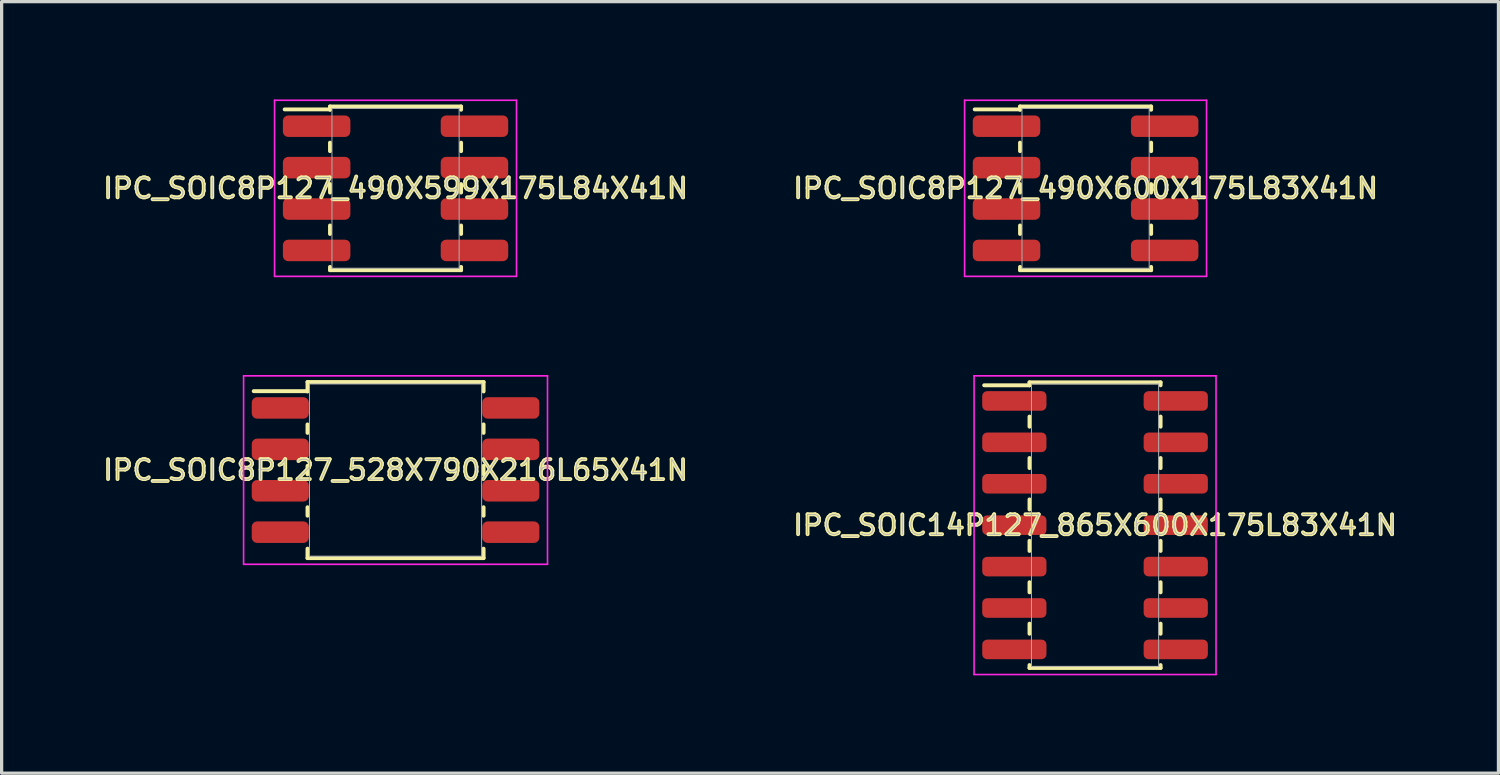
<source format=kicad_pcb>
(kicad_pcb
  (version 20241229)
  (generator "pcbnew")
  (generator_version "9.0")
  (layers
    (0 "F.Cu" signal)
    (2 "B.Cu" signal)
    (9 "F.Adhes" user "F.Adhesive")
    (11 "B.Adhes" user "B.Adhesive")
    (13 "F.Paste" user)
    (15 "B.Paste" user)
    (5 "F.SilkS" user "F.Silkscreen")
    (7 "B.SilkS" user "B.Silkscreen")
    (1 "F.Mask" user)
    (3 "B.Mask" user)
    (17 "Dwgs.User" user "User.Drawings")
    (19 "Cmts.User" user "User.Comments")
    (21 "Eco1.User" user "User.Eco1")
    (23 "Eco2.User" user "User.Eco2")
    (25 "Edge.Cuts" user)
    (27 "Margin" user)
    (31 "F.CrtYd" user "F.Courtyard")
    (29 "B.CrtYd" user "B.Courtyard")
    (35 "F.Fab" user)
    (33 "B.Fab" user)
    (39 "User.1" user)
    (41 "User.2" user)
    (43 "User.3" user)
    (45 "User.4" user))
  (footprint "IPC_SOIC8P127_528X790X216L65X41N"
    (layer "F.Cu")
    (at 9.08 11.365)
    (property "Reference" "IPC_SOIC8P127_528X790X216L65X41N" (at 0 0 0) (layer "F.SilkS") (effects (font (size 0.61 0.61) (thickness 0.12))))
    (attr smd)
    (fp_line (start -4.35 -2.42) (end -2.7 -2.42) (stroke (width 0.12) (type solid)) (layer "F.SilkS"))
    (fp_line (start -2.7 -2.7) (end 2.7 -2.7) (stroke (width 0.12) (type solid)) (layer "F.SilkS"))
    (fp_line (start -2.7 -2.42) (end -2.7 -2.7) (stroke (width 0.12) (type solid)) (layer "F.SilkS"))
    (fp_line (start -2.7 -2.41) (end -2.7 -2.42) (stroke (width 0.12) (type solid)) (layer "F.SilkS"))
    (fp_line (start -2.7 -1.14) (end -2.7 -1.4) (stroke (width 0.12) (type solid)) (layer "F.SilkS"))
    (fp_line (start -2.7 0.13) (end -2.7 -0.13) (stroke (width 0.12) (type solid)) (layer "F.SilkS"))
    (fp_line (start -2.7 1.4) (end -2.7 1.14) (stroke (width 0.12) (type solid)) (layer "F.SilkS"))
    (fp_line (start -2.7 2.7) (end -2.7 2.41) (stroke (width 0.12) (type solid)) (layer "F.SilkS"))
    (fp_line (start 2.7 -2.7) (end 2.7 -2.41) (stroke (width 0.12) (type solid)) (layer "F.SilkS"))
    (fp_line (start 2.7 -1.4) (end 2.7 -1.14) (stroke (width 0.12) (type solid)) (layer "F.SilkS"))
    (fp_line (start 2.7 -0.13) (end 2.7 0.13) (stroke (width 0.12) (type solid)) (layer "F.SilkS"))
    (fp_line (start 2.7 1.14) (end 2.7 1.4) (stroke (width 0.12) (type solid)) (layer "F.SilkS"))
    (fp_line (start 2.7 2.41) (end 2.7 2.7) (stroke (width 0.12) (type solid)) (layer "F.SilkS"))
    (fp_line (start 2.7 2.7) (end -2.7 2.7) (stroke (width 0.12) (type solid)) (layer "F.SilkS"))
    (fp_line (start -4.66 -2.89) (end 4.66 -2.89) (stroke (width 0.05) (type solid)) (layer "F.CrtYd"))
    (fp_line (start -4.66 2.89) (end -4.66 -2.89) (stroke (width 0.05) (type solid)) (layer "F.CrtYd"))
    (fp_line (start 4.66 -2.89) (end 4.66 2.89) (stroke (width 0.05) (type solid)) (layer "F.CrtYd"))
    (fp_line (start 4.66 2.89) (end -4.66 2.89) (stroke (width 0.05) (type solid)) (layer "F.CrtYd"))
    (fp_line (start -2.64 -2.64) (end 2.64 -2.64) (stroke (width 0.03) (type solid)) (layer "F.Fab"))
    (fp_line (start -2.64 2.64) (end -2.64 -2.64) (stroke (width 0.03) (type solid)) (layer "F.Fab"))
    (fp_line (start 2.64 -2.64) (end 2.64 2.64) (stroke (width 0.03) (type solid)) (layer "F.Fab"))
    (fp_line (start 2.64 2.64) (end -2.64 2.64) (stroke (width 0.03) (type solid)) (layer "F.Fab"))
    (fp_text user "${REFERENCE}" (at 0 0 0) (layer "F.Fab") (effects (font (size 0.61 0.61) (thickness 0.025))))
    (pad "1" smd roundrect (at -3.535 -1.905 270) (size 0.66 1.75) (layers "F.Cu" "F.Mask" "F.Paste") (roundrect_rratio 0.25))
    (pad "2" smd roundrect (at -3.535 -0.635 270) (size 0.66 1.75) (layers "F.Cu" "F.Mask" "F.Paste") (roundrect_rratio 0.25))
    (pad "3" smd roundrect (at -3.535 0.635 270) (size 0.66 1.75) (layers "F.Cu" "F.Mask" "F.Paste") (roundrect_rratio 0.25))
    (pad "4" smd roundrect (at -3.535 1.905 270) (size 0.66 1.75) (layers "F.Cu" "F.Mask" "F.Paste") (roundrect_rratio 0.25))
    (pad "5" smd roundrect (at 3.535 1.905 90) (size 0.66 1.75) (layers "F.Cu" "F.Mask" "F.Paste") (roundrect_rratio 0.25))
    (pad "6" smd roundrect (at 3.535 0.635 90) (size 0.66 1.75) (layers "F.Cu" "F.Mask" "F.Paste") (roundrect_rratio 0.25))
    (pad "7" smd roundrect (at 3.535 -0.635 90) (size 0.66 1.75) (layers "F.Cu" "F.Mask" "F.Paste") (roundrect_rratio 0.25))
    (pad "8" smd roundrect (at 3.535 -1.905 90) (size 0.66 1.75) (layers "F.Cu" "F.Mask" "F.Paste") (roundrect_rratio 0.25)))
  (footprint "IPC_SOIC8P127_490X599X175L84X41N"
    (layer "F.Cu")
    (at 9.08 2.725)
    (property "Reference" "IPC_SOIC8P127_490X599X175L84X41N" (at 0 0 0) (layer "F.SilkS") (effects (font (size 0.61 0.61) (thickness 0.12))))
    (attr smd)
    (fp_line (start -3.4 -2.42) (end -2.01 -2.42) (stroke (width 0.12) (type solid)) (layer "F.SilkS"))
    (fp_line (start -2.01 -2.51) (end 2.01 -2.51) (stroke (width 0.12) (type solid)) (layer "F.SilkS"))
    (fp_line (start -2.01 -2.42) (end -2.01 -2.51) (stroke (width 0.12) (type solid)) (layer "F.SilkS"))
    (fp_line (start -2.01 -2.41) (end -2.01 -2.42) (stroke (width 0.12) (type solid)) (layer "F.SilkS"))
    (fp_line (start -2.01 -1.14) (end -2.01 -1.4) (stroke (width 0.12) (type solid)) (layer "F.SilkS"))
    (fp_line (start -2.01 0.13) (end -2.01 -0.13) (stroke (width 0.12) (type solid)) (layer "F.SilkS"))
    (fp_line (start -2.01 1.4) (end -2.01 1.14) (stroke (width 0.12) (type solid)) (layer "F.SilkS"))
    (fp_line (start -2.01 2.51) (end -2.01 2.41) (stroke (width 0.12) (type solid)) (layer "F.SilkS"))
    (fp_line (start 2.01 -2.51) (end 2.01 -2.41) (stroke (width 0.12) (type solid)) (layer "F.SilkS"))
    (fp_line (start 2.01 -1.4) (end 2.01 -1.14) (stroke (width 0.12) (type solid)) (layer "F.SilkS"))
    (fp_line (start 2.01 -0.13) (end 2.01 0.13) (stroke (width 0.12) (type solid)) (layer "F.SilkS"))
    (fp_line (start 2.01 1.14) (end 2.01 1.4) (stroke (width 0.12) (type solid)) (layer "F.SilkS"))
    (fp_line (start 2.01 2.41) (end 2.01 2.51) (stroke (width 0.12) (type solid)) (layer "F.SilkS"))
    (fp_line (start 2.01 2.51) (end -2.01 2.51) (stroke (width 0.12) (type solid)) (layer "F.SilkS"))
    (fp_line (start -3.71 -2.7) (end 3.71 -2.7) (stroke (width 0.05) (type solid)) (layer "F.CrtYd"))
    (fp_line (start -3.71 2.7) (end -3.71 -2.7) (stroke (width 0.05) (type solid)) (layer "F.CrtYd"))
    (fp_line (start 3.71 -2.7) (end 3.71 2.7) (stroke (width 0.05) (type solid)) (layer "F.CrtYd"))
    (fp_line (start 3.71 2.7) (end -3.71 2.7) (stroke (width 0.05) (type solid)) (layer "F.CrtYd"))
    (fp_line (start -1.95 -2.45) (end 1.95 -2.45) (stroke (width 0.03) (type solid)) (layer "F.Fab"))
    (fp_line (start -1.95 2.45) (end -1.95 -2.45) (stroke (width 0.03) (type solid)) (layer "F.Fab"))
    (fp_line (start 1.95 -2.45) (end 1.95 2.45) (stroke (width 0.03) (type solid)) (layer "F.Fab"))
    (fp_line (start 1.95 2.45) (end -1.95 2.45) (stroke (width 0.03) (type solid)) (layer "F.Fab"))
    (fp_text user "${REFERENCE}" (at 0 0 0) (layer "F.Fab") (effects (font (size 0.61 0.61) (thickness 0.025))))
    (pad "1" smd roundrect (at -2.42 -1.905 270) (size 0.66 2.07) (layers "F.Cu" "F.Mask" "F.Paste") (roundrect_rratio 0.25))
    (pad "2" smd roundrect (at -2.42 -0.635 270) (size 0.66 2.07) (layers "F.Cu" "F.Mask" "F.Paste") (roundrect_rratio 0.25))
    (pad "3" smd roundrect (at -2.42 0.635 270) (size 0.66 2.07) (layers "F.Cu" "F.Mask" "F.Paste") (roundrect_rratio 0.25))
    (pad "4" smd roundrect (at -2.42 1.905 270) (size 0.66 2.07) (layers "F.Cu" "F.Mask" "F.Paste") (roundrect_rratio 0.25))
    (pad "5" smd roundrect (at 2.42 1.905 90) (size 0.66 2.07) (layers "F.Cu" "F.Mask" "F.Paste") (roundrect_rratio 0.25))
    (pad "6" smd roundrect (at 2.42 0.635 90) (size 0.66 2.07) (layers "F.Cu" "F.Mask" "F.Paste") (roundrect_rratio 0.25))
    (pad "7" smd roundrect (at 2.42 -0.635 90) (size 0.66 2.07) (layers "F.Cu" "F.Mask" "F.Paste") (roundrect_rratio 0.25))
    (pad "8" smd roundrect (at 2.42 -1.905 90) (size 0.66 2.07) (layers "F.Cu" "F.Mask" "F.Paste") (roundrect_rratio 0.25)))
  (footprint "IPC_SOIC8P127_490X600X175L83X41N"
    (layer "F.Cu")
    (at 30.241 2.725)
    (property "Reference" "IPC_SOIC8P127_490X600X175L83X41N" (at 0 0 0) (layer "F.SilkS") (effects (font (size 0.61 0.61) (thickness 0.12))))
    (attr smd)
    (fp_line (start -3.4 -2.42) (end -2.01 -2.42) (stroke (width 0.12) (type solid)) (layer "F.SilkS"))
    (fp_line (start -2.01 -2.51) (end 2.01 -2.51) (stroke (width 0.12) (type solid)) (layer "F.SilkS"))
    (fp_line (start -2.01 -2.42) (end -2.01 -2.51) (stroke (width 0.12) (type solid)) (layer "F.SilkS"))
    (fp_line (start -2.01 -2.41) (end -2.01 -2.42) (stroke (width 0.12) (type solid)) (layer "F.SilkS"))
    (fp_line (start -2.01 -1.14) (end -2.01 -1.4) (stroke (width 0.12) (type solid)) (layer "F.SilkS"))
    (fp_line (start -2.01 0.13) (end -2.01 -0.13) (stroke (width 0.12) (type solid)) (layer "F.SilkS"))
    (fp_line (start -2.01 1.4) (end -2.01 1.14) (stroke (width 0.12) (type solid)) (layer "F.SilkS"))
    (fp_line (start -2.01 2.51) (end -2.01 2.41) (stroke (width 0.12) (type solid)) (layer "F.SilkS"))
    (fp_line (start 2.01 -2.51) (end 2.01 -2.41) (stroke (width 0.12) (type solid)) (layer "F.SilkS"))
    (fp_line (start 2.01 -1.4) (end 2.01 -1.14) (stroke (width 0.12) (type solid)) (layer "F.SilkS"))
    (fp_line (start 2.01 -0.13) (end 2.01 0.13) (stroke (width 0.12) (type solid)) (layer "F.SilkS"))
    (fp_line (start 2.01 1.14) (end 2.01 1.4) (stroke (width 0.12) (type solid)) (layer "F.SilkS"))
    (fp_line (start 2.01 2.41) (end 2.01 2.51) (stroke (width 0.12) (type solid)) (layer "F.SilkS"))
    (fp_line (start 2.01 2.51) (end -2.01 2.51) (stroke (width 0.12) (type solid)) (layer "F.SilkS"))
    (fp_line (start -3.71 -2.7) (end 3.71 -2.7) (stroke (width 0.05) (type solid)) (layer "F.CrtYd"))
    (fp_line (start -3.71 2.7) (end -3.71 -2.7) (stroke (width 0.05) (type solid)) (layer "F.CrtYd"))
    (fp_line (start 3.71 -2.7) (end 3.71 2.7) (stroke (width 0.05) (type solid)) (layer "F.CrtYd"))
    (fp_line (start 3.71 2.7) (end -3.71 2.7) (stroke (width 0.05) (type solid)) (layer "F.CrtYd"))
    (fp_line (start -1.95 -2.45) (end 1.95 -2.45) (stroke (width 0.03) (type solid)) (layer "F.Fab"))
    (fp_line (start -1.95 2.45) (end -1.95 -2.45) (stroke (width 0.03) (type solid)) (layer "F.Fab"))
    (fp_line (start 1.95 -2.45) (end 1.95 2.45) (stroke (width 0.03) (type solid)) (layer "F.Fab"))
    (fp_line (start 1.95 2.45) (end -1.95 2.45) (stroke (width 0.03) (type solid)) (layer "F.Fab"))
    (fp_text user "${REFERENCE}" (at 0 0 0) (layer "F.Fab") (effects (font (size 0.61 0.61) (thickness 0.025))))
    (pad "1" smd roundrect (at -2.425 -1.905 270) (size 0.66 2.07) (layers "F.Cu" "F.Mask" "F.Paste") (roundrect_rratio 0.25))
    (pad "2" smd roundrect (at -2.425 -0.635 270) (size 0.66 2.07) (layers "F.Cu" "F.Mask" "F.Paste") (roundrect_rratio 0.25))
    (pad "3" smd roundrect (at -2.425 0.635 270) (size 0.66 2.07) (layers "F.Cu" "F.Mask" "F.Paste") (roundrect_rratio 0.25))
    (pad "4" smd roundrect (at -2.425 1.905 270) (size 0.66 2.07) (layers "F.Cu" "F.Mask" "F.Paste") (roundrect_rratio 0.25))
    (pad "5" smd roundrect (at 2.425 1.905 90) (size 0.66 2.07) (layers "F.Cu" "F.Mask" "F.Paste") (roundrect_rratio 0.25))
    (pad "6" smd roundrect (at 2.425 0.635 90) (size 0.66 2.07) (layers "F.Cu" "F.Mask" "F.Paste") (roundrect_rratio 0.25))
    (pad "7" smd roundrect (at 2.425 -0.635 90) (size 0.66 2.07) (layers "F.Cu" "F.Mask" "F.Paste") (roundrect_rratio 0.25))
    (pad "8" smd roundrect (at 2.425 -1.905 90) (size 0.66 2.07) (layers "F.Cu" "F.Mask" "F.Paste") (roundrect_rratio 0.25)))
  (footprint "IPC_SOIC14P127_865X600X175L83X41N"
    (layer "F.Cu")
    (at 30.531 13.055)
    (property "Reference" "IPC_SOIC14P127_865X600X175L83X41N" (at 0 0 0) (layer "F.SilkS") (effects (font (size 0.61 0.61) (thickness 0.12))))
    (attr smd)
    (fp_line (start -3.4 -4.29) (end -2.01 -4.29) (stroke (width 0.12) (type solid)) (layer "F.SilkS"))
    (fp_line (start -2.01 -4.38) (end 2.01 -4.38) (stroke (width 0.12) (type solid)) (layer "F.SilkS"))
    (fp_line (start -2.01 -4.29) (end -2.01 -4.38) (stroke (width 0.12) (type solid)) (layer "F.SilkS"))
    (fp_line (start -2.01 -4.29) (end -2.01 -4.29) (stroke (width 0.12) (type solid)) (layer "F.SilkS"))
    (fp_line (start -2.01 -3.02) (end -2.01 -3.33) (stroke (width 0.12) (type solid)) (layer "F.SilkS"))
    (fp_line (start -2.01 -1.75) (end -2.01 -2.06) (stroke (width 0.12) (type solid)) (layer "F.SilkS"))
    (fp_line (start -2.01 -0.48) (end -2.01 -0.79) (stroke (width 0.12) (type solid)) (layer "F.SilkS"))
    (fp_line (start -2.01 0.79) (end -2.01 0.48) (stroke (width 0.12) (type solid)) (layer "F.SilkS"))
    (fp_line (start -2.01 2.06) (end -2.01 1.75) (stroke (width 0.12) (type solid)) (layer "F.SilkS"))
    (fp_line (start -2.01 3.33) (end -2.01 3.02) (stroke (width 0.12) (type solid)) (layer "F.SilkS"))
    (fp_line (start -2.01 4.38) (end -2.01 4.29) (stroke (width 0.12) (type solid)) (layer "F.SilkS"))
    (fp_line (start 2.01 -4.38) (end 2.01 -4.29) (stroke (width 0.12) (type solid)) (layer "F.SilkS"))
    (fp_line (start 2.01 -3.33) (end 2.01 -3.02) (stroke (width 0.12) (type solid)) (layer "F.SilkS"))
    (fp_line (start 2.01 -2.06) (end 2.01 -1.75) (stroke (width 0.12) (type solid)) (layer "F.SilkS"))
    (fp_line (start 2.01 -0.79) (end 2.01 -0.48) (stroke (width 0.12) (type solid)) (layer "F.SilkS"))
    (fp_line (start 2.01 0.48) (end 2.01 0.79) (stroke (width 0.12) (type solid)) (layer "F.SilkS"))
    (fp_line (start 2.01 1.75) (end 2.01 2.06) (stroke (width 0.12) (type solid)) (layer "F.SilkS"))
    (fp_line (start 2.01 3.02) (end 2.01 3.33) (stroke (width 0.12) (type solid)) (layer "F.SilkS"))
    (fp_line (start 2.01 4.29) (end 2.01 4.38) (stroke (width 0.12) (type solid)) (layer "F.SilkS"))
    (fp_line (start 2.01 4.38) (end -2.01 4.38) (stroke (width 0.12) (type solid)) (layer "F.SilkS"))
    (fp_line (start -3.71 -4.58) (end 3.71 -4.58) (stroke (width 0.05) (type solid)) (layer "F.CrtYd"))
    (fp_line (start -3.71 4.58) (end -3.71 -4.58) (stroke (width 0.05) (type solid)) (layer "F.CrtYd"))
    (fp_line (start 3.71 -4.58) (end 3.71 4.58) (stroke (width 0.05) (type solid)) (layer "F.CrtYd"))
    (fp_line (start 3.71 4.58) (end -3.71 4.58) (stroke (width 0.05) (type solid)) (layer "F.CrtYd"))
    (fp_line (start -1.95 -4.33) (end 1.95 -4.33) (stroke (width 0.03) (type solid)) (layer "F.Fab"))
    (fp_line (start -1.95 4.33) (end -1.95 -4.33) (stroke (width 0.03) (type solid)) (layer "F.Fab"))
    (fp_line (start 1.95 -4.33) (end 1.95 4.33) (stroke (width 0.03) (type solid)) (layer "F.Fab"))
    (fp_line (start 1.95 4.33) (end -1.95 4.33) (stroke (width 0.03) (type solid)) (layer "F.Fab"))
    (fp_text user "${REFERENCE}" (at 0 0 0) (layer "F.Fab") (effects (font (size 0.61 0.61) (thickness 0.025))))
    (pad "1" smd roundrect (at -2.475 -3.81 270) (size 0.6 1.97) (layers "F.Cu" "F.Mask" "F.Paste") (roundrect_rratio 0.25))
    (pad "2" smd roundrect (at -2.475 -2.54 270) (size 0.6 1.97) (layers "F.Cu" "F.Mask" "F.Paste") (roundrect_rratio 0.25))
    (pad "3" smd roundrect (at -2.475 -1.27 270) (size 0.6 1.97) (layers "F.Cu" "F.Mask" "F.Paste") (roundrect_rratio 0.25))
    (pad "4" smd roundrect (at -2.475 0 270) (size 0.6 1.97) (layers "F.Cu" "F.Mask" "F.Paste") (roundrect_rratio 0.25))
    (pad "5" smd roundrect (at -2.475 1.27 270) (size 0.6 1.97) (layers "F.Cu" "F.Mask" "F.Paste") (roundrect_rratio 0.25))
    (pad "6" smd roundrect (at -2.475 2.54 270) (size 0.6 1.97) (layers "F.Cu" "F.Mask" "F.Paste") (roundrect_rratio 0.25))
    (pad "7" smd roundrect (at -2.475 3.81 270) (size 0.6 1.97) (layers "F.Cu" "F.Mask" "F.Paste") (roundrect_rratio 0.25))
    (pad "8" smd roundrect (at 2.475 3.81 90) (size 0.6 1.97) (layers "F.Cu" "F.Mask" "F.Paste") (roundrect_rratio 0.25))
    (pad "9" smd roundrect (at 2.475 2.54 90) (size 0.6 1.97) (layers "F.Cu" "F.Mask" "F.Paste") (roundrect_rratio 0.25))
    (pad "10" smd roundrect (at 2.475 1.27 90) (size 0.6 1.97) (layers "F.Cu" "F.Mask" "F.Paste") (roundrect_rratio 0.25))
    (pad "11" smd roundrect (at 2.475 0 90) (size 0.6 1.97) (layers "F.Cu" "F.Mask" "F.Paste") (roundrect_rratio 0.25))
    (pad "12" smd roundrect (at 2.475 -1.27 90) (size 0.6 1.97) (layers "F.Cu" "F.Mask" "F.Paste") (roundrect_rratio 0.25))
    (pad "13" smd roundrect (at 2.475 -2.54 90) (size 0.6 1.97) (layers "F.Cu" "F.Mask" "F.Paste") (roundrect_rratio 0.25))
    (pad "14" smd roundrect (at 2.475 -3.81 90) (size 0.6 1.97) (layers "F.Cu" "F.Mask" "F.Paste") (roundrect_rratio 0.25)))
  (gr_rect
    (start -3 -3)
    (end 42.902 20.66)
    (stroke (width 0.1) (type default))
    (fill no)
    (layer "Edge.Cuts")))
</source>
